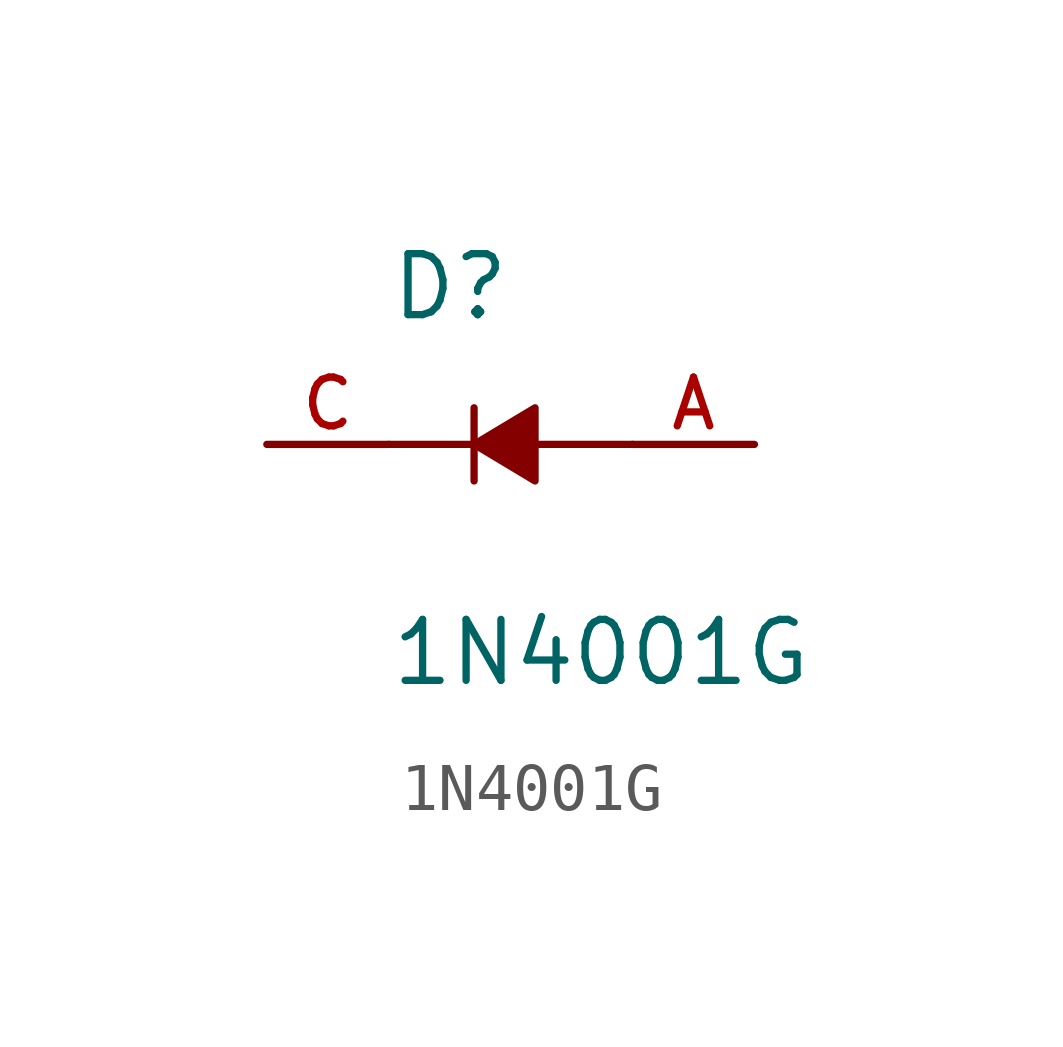
<source format=kicad_sym>
(kicad_symbol_lib
  (version 20211014)
  (generator kicad_symbol_editor)
  (symbol "1N4001G"
    (pin_names
      (offset 1.016))
    (property "Reference" "D"
      (at -2.54 2.54 0)
      (effects (font (size 1.27 1.27)) (justify bottom left)))
    (property "Value" "1N4001G"
      (at -2.54 -5.08 0)
      (effects (font (size 1.27 1.27)) (justify bottom left)))
    (symbol "1N4001G_0_0"
      (polyline (pts (xy -0.762 0.0) (xy 0.508 0.762) (xy 0.508 -0.762) (xy -0.762 0.0)) (stroke (width 0.152)) (fill (type outline)))
      (polyline (pts (xy 0.508 0.0) (xy 2.54 0.0)) (stroke (width 0.152)))
      (polyline (pts (xy -0.762 0.0) (xy -2.54 0.0)) (stroke (width 0.152)))
      (polyline (pts (xy -0.762 0.762) (xy -0.762 -0.762)) (stroke (width 0.152)))
      (pin passive line (at -5.08 0.0 0) (length 2.54) (name "~" (effects (font (size 1.016 1.016)))) (number "C" (effects (font (size 1.016 1.016)))))
      (pin passive line (at 5.08 0.0 180.0) (length 2.54) (name "~" (effects (font (size 1.016 1.016)))) (number "A" (effects (font (size 1.016 1.016))))))))
</source>
